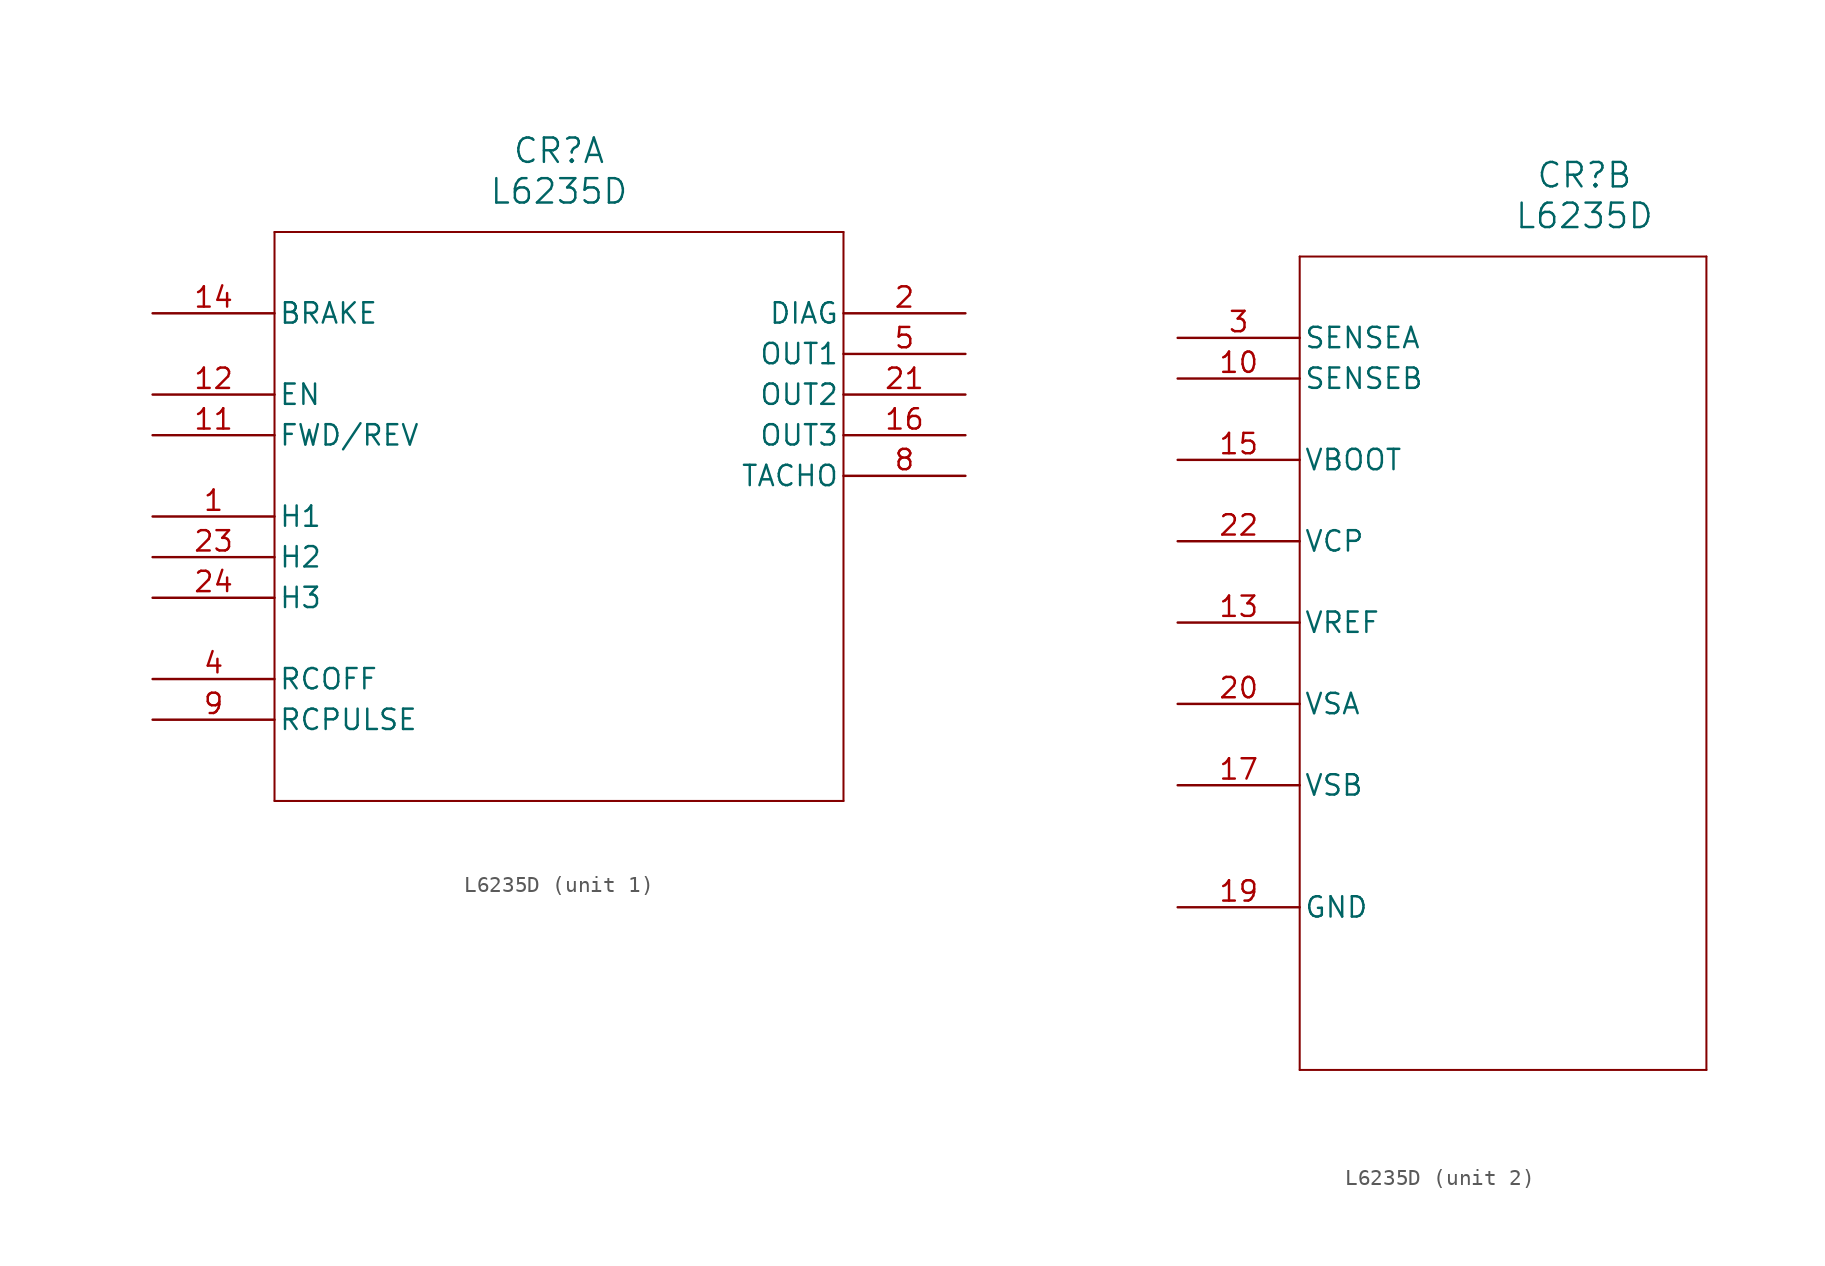
<source format=kicad_sym>
(kicad_symbol_lib
  (version 20220914)
  (generator kicad_symbol_editor)
  (symbol "L6235D"
    (pin_names
      (offset 0.254))
    (property "Reference" "CR"
      (at 25.4 10.16 0)
      (effects (font (size 1.524 1.524))))
    (property "Value" "L6235D"
      (at 25.4 7.62 0)
      (effects (font (size 1.524 1.524))))
    (property "ki_locked" ""
      (at 0 0 0)
      (effects (font (size 1.27 1.27))))
    (symbol "L6235D_1_1"
      (polyline (pts (xy 7.62 -30.48) (xy 43.18 -30.48)) (stroke (width 0.127) (type default)) (fill (type none)))
      (polyline (pts (xy 7.62 5.08) (xy 7.62 -30.48)) (stroke (width 0.127) (type default)) (fill (type none)))
      (polyline (pts (xy 43.18 -30.48) (xy 43.18 5.08)) (stroke (width 0.127) (type default)) (fill (type none)))
      (polyline (pts (xy 43.18 5.08) (xy 7.62 5.08)) (stroke (width 0.127) (type default)) (fill (type none)))
      (pin input line (at 0 -12.7 0) (length 7.62) (name "H1" (effects (font (size 1.27 1.27)))) (number "1" (effects (font (size 1.27 1.27)))))
      (pin input line (at 0 -7.62 0) (length 7.62) (name "FWD/REV" (effects (font (size 1.27 1.27)))) (number "11" (effects (font (size 1.27 1.27)))))
      (pin input line (at 0 -5.08 0) (length 7.62) (name "EN" (effects (font (size 1.27 1.27)))) (number "12" (effects (font (size 1.27 1.27)))))
      (pin input line (at 0 0 0) (length 7.62) (name "BRAKE" (effects (font (size 1.27 1.27)))) (number "14" (effects (font (size 1.27 1.27)))))
      (pin output line (at 50.8 -7.62 180) (length 7.62) (name "OUT3" (effects (font (size 1.27 1.27)))) (number "16" (effects (font (size 1.27 1.27)))))
      (pin output line (at 50.8 0 180) (length 7.62) (name "DIAG" (effects (font (size 1.27 1.27)))) (number "2" (effects (font (size 1.27 1.27)))))
      (pin output line (at 50.8 -5.08 180) (length 7.62) (name "OUT2" (effects (font (size 1.27 1.27)))) (number "21" (effects (font (size 1.27 1.27)))))
      (pin input line (at 0 -15.24 0) (length 7.62) (name "H2" (effects (font (size 1.27 1.27)))) (number "23" (effects (font (size 1.27 1.27)))))
      (pin input line (at 0 -17.78 0) (length 7.62) (name "H3" (effects (font (size 1.27 1.27)))) (number "24" (effects (font (size 1.27 1.27)))))
      (pin unspecified line (at 0 -22.86 0) (length 7.62) (name "RCOFF" (effects (font (size 1.27 1.27)))) (number "4" (effects (font (size 1.27 1.27)))))
      (pin output line (at 50.8 -2.54 180) (length 7.62) (name "OUT1" (effects (font (size 1.27 1.27)))) (number "5" (effects (font (size 1.27 1.27)))))
      (pin output line (at 50.8 -10.16 180) (length 7.62) (name "TACHO" (effects (font (size 1.27 1.27)))) (number "8" (effects (font (size 1.27 1.27)))))
      (pin unspecified line (at 0 -25.4 0) (length 7.62) (name "RCPULSE" (effects (font (size 1.27 1.27)))) (number "9" (effects (font (size 1.27 1.27))))))
    (symbol "L6235D_2_1"
      (polyline (pts (xy 7.62 -45.72) (xy 33.02 -45.72)) (stroke (width 0.127) (type default)) (fill (type none)))
      (polyline (pts (xy 7.62 5.08) (xy 7.62 -45.72)) (stroke (width 0.127) (type default)) (fill (type none)))
      (polyline (pts (xy 33.02 -45.72) (xy 33.02 5.08)) (stroke (width 0.127) (type default)) (fill (type none)))
      (polyline (pts (xy 33.02 5.08) (xy 7.62 5.08)) (stroke (width 0.127) (type default)) (fill (type none)))
      (pin power_in line (at 0 -2.54 0) (length 7.62) (name "SENSEB" (effects (font (size 1.27 1.27)))) (number "10" (effects (font (size 1.27 1.27)))))
      (pin input line (at 0 -17.78 0) (length 7.62) (name "VREF" (effects (font (size 1.27 1.27)))) (number "13" (effects (font (size 1.27 1.27)))))
      (pin power_in line (at 0 -7.62 0) (length 7.62) (name "VBOOT" (effects (font (size 1.27 1.27)))) (number "15" (effects (font (size 1.27 1.27)))))
      (pin power_in line (at 0 -27.94 0) (length 7.62) (name "VSB" (effects (font (size 1.27 1.27)))) (number "17" (effects (font (size 1.27 1.27)))))
      (pin passive line (at 0 -35.56 0) (length 7.62) hide (name "GND" (effects (font (size 1.27 1.27)))) (number "18" (effects (font (size 1.27 1.27)))))
      (pin power_in line (at 0 -35.56 0) (length 7.62) (name "GND" (effects (font (size 1.27 1.27)))) (number "19" (effects (font (size 1.27 1.27)))))
      (pin power_in line (at 0 -22.86 0) (length 7.62) (name "VSA" (effects (font (size 1.27 1.27)))) (number "20" (effects (font (size 1.27 1.27)))))
      (pin power_in line (at 0 -12.7 0) (length 7.62) (name "VCP" (effects (font (size 1.27 1.27)))) (number "22" (effects (font (size 1.27 1.27)))))
      (pin power_in line (at 0 0 0) (length 7.62) (name "SENSEA" (effects (font (size 1.27 1.27)))) (number "3" (effects (font (size 1.27 1.27)))))
      (pin passive line (at 0 -35.56 0) (length 7.62) hide (name "GND" (effects (font (size 1.27 1.27)))) (number "6" (effects (font (size 1.27 1.27)))))
      (pin passive line (at 0 -35.56 0) (length 7.62) hide (name "GND" (effects (font (size 1.27 1.27)))) (number "7" (effects (font (size 1.27 1.27))))))))
</source>
